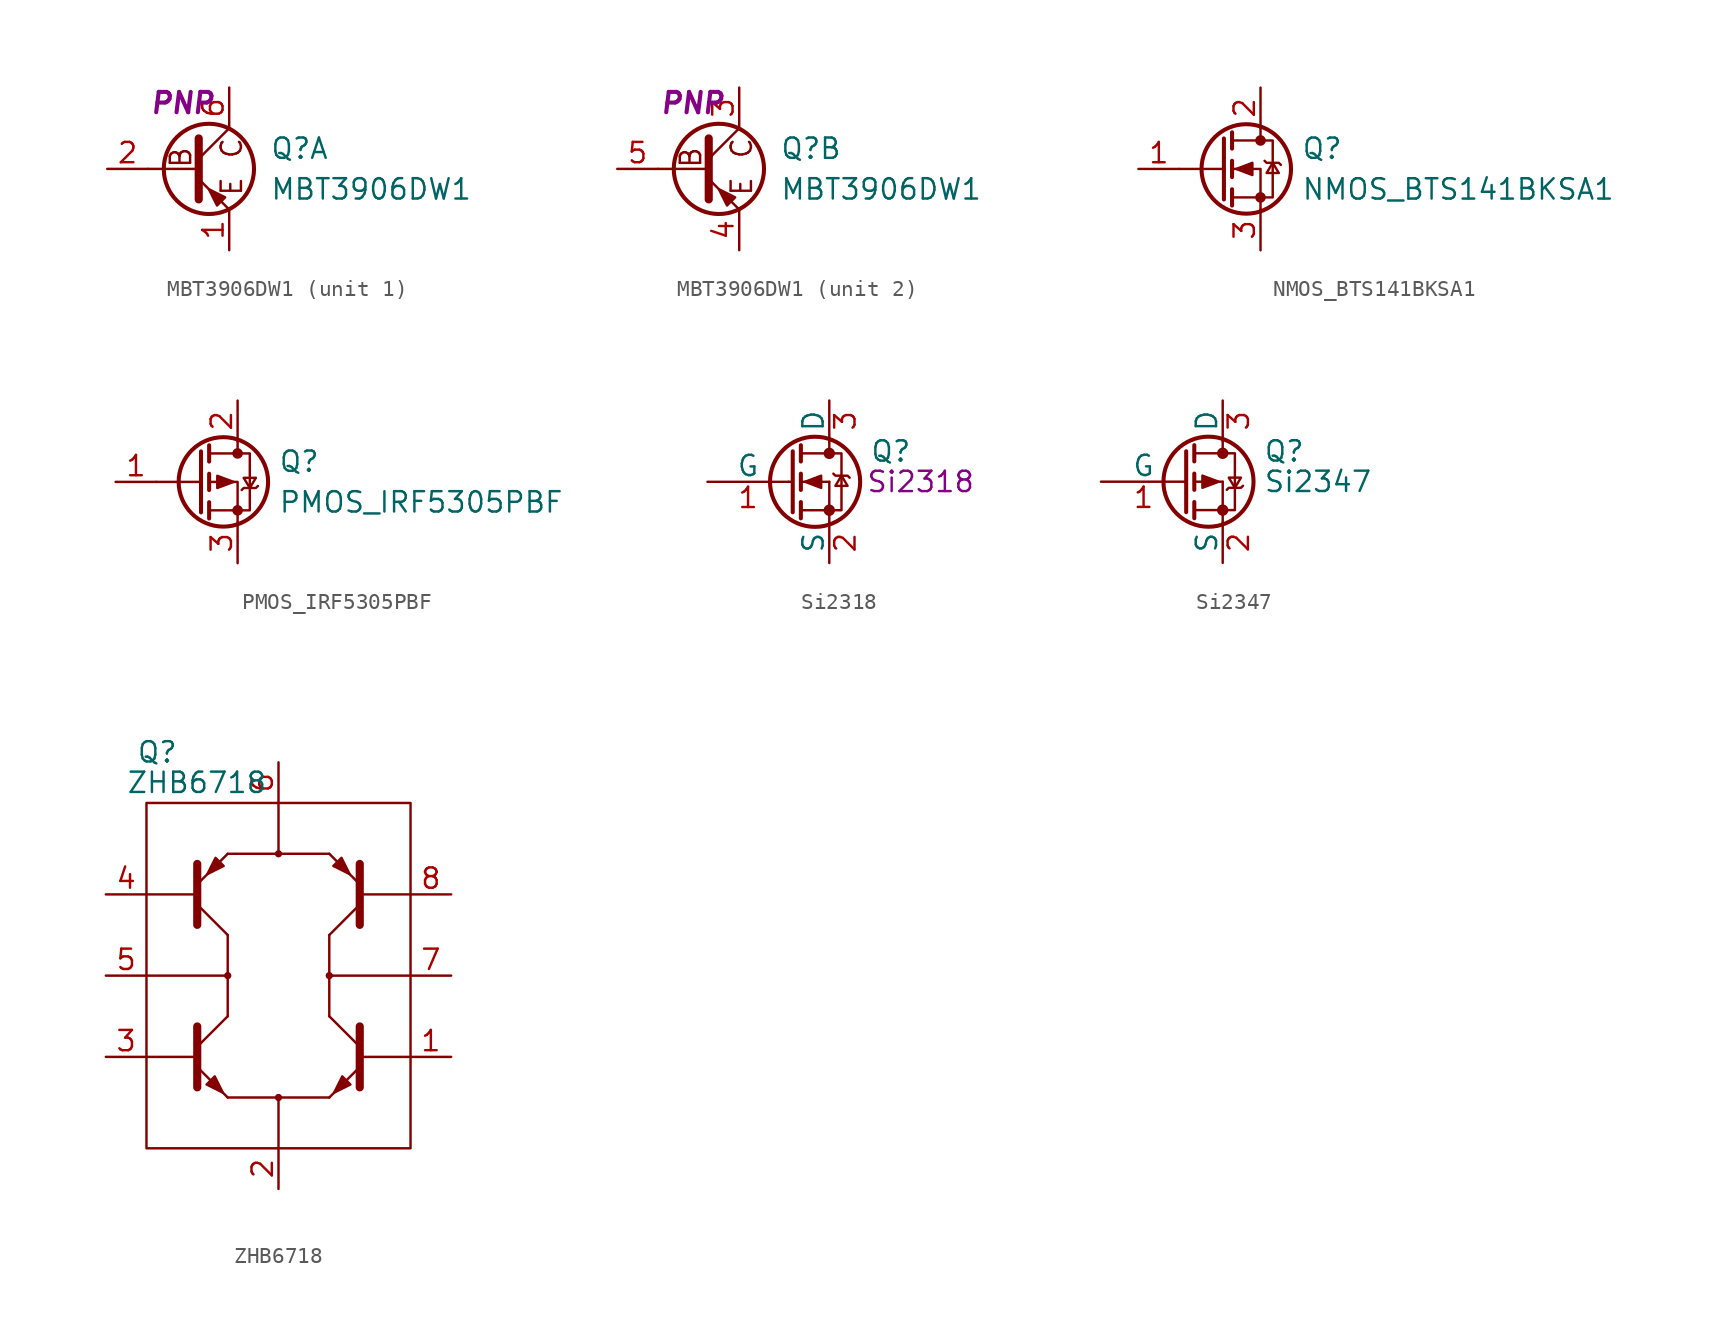
<source format=kicad_sym>
(kicad_symbol_lib
  (version 20211014)
  (generator kicad_symbol_editor)
  (symbol "MBT3906DW1"
    (pin_names
      (offset 0) hide)
    (property "Reference" "Q"
      (at 5.08 1.27 0)
      (effects (font (size 1.27 1.27)) (justify left)))
    (property "Value" "MBT3906DW1"
      (at 5.08 -1.27 0)
      (effects (font (size 1.27 1.27)) (justify left)))
    (property "Display" "PNP"
      (at -0.381 4.115 0)
      (effects (font (size 1.27 1.27) bold italic)))
    (property "ki_locked" ""
      (at 0 0 0)
      (effects (font (size 1.27 1.27))))
    (symbol "MBT3906DW1_0_0"
      (text "B" (at -0.483 0.711 900) (effects (font (size 1.27 1.27))))
      (text "C" (at 2.692 1.295 900) (effects (font (size 1.27 1.27))))
      (text "E" (at 2.692 -1.092 900) (effects (font (size 1.27 1.27)))))
    (symbol "MBT3906DW1_0_1"
      (polyline (pts (xy 0.635 0) (xy -2.54 0)) (stroke (width 0) (type default) (color 0 0 0 0)) (fill (type none)))
      (polyline (pts (xy 0.635 0.635) (xy 2.54 2.54)) (stroke (width 0) (type default) (color 0 0 0 0)) (fill (type none)))
      (polyline (pts (xy 0.635 -0.635) (xy 2.54 -2.54) (xy 2.54 -2.54)) (stroke (width 0) (type default) (color 0 0 0 0)) (fill (type none)))
      (polyline (pts (xy 0.635 1.905) (xy 0.635 -1.905) (xy 0.635 -1.905)) (stroke (width 0.508) (type default) (color 0 0 0 0)) (fill (type none)))
      (polyline (pts (xy 2.286 -1.778) (xy 1.778 -2.286) (xy 1.27 -1.27) (xy 2.286 -1.778) (xy 2.286 -1.778)) (stroke (width 0) (type default) (color 0 0 0 0)) (fill (type outline)))
      (circle (center 1.27 0) (radius 2.819) (stroke (width 0.254) (type default) (color 0 0 0 0)) (fill (type none))))
    (symbol "MBT3906DW1_1_1"
      (pin passive line (at 2.54 -5.08 90) (length 2.54) (name "E1" (effects (font (size 1.27 1.27)))) (number "1" (effects (font (size 1.27 1.27)))))
      (pin input line (at -5.08 0 0) (length 2.54) (name "B1" (effects (font (size 1.27 1.27)))) (number "2" (effects (font (size 1.27 1.27)))))
      (pin passive line (at 2.54 5.08 270) (length 2.54) (name "C1" (effects (font (size 1.27 1.27)))) (number "6" (effects (font (size 1.27 1.27))))))
    (symbol "MBT3906DW1_2_1"
      (pin passive line (at 2.54 5.08 270) (length 2.54) (name "C2" (effects (font (size 1.27 1.27)))) (number "3" (effects (font (size 1.27 1.27)))))
      (pin passive line (at 2.54 -5.08 90) (length 2.54) (name "E2" (effects (font (size 1.27 1.27)))) (number "4" (effects (font (size 1.27 1.27)))))
      (pin input line (at -5.08 0 0) (length 2.54) (name "B2" (effects (font (size 1.27 1.27)))) (number "5" (effects (font (size 1.27 1.27)))))))
  (symbol "NMOS_BTS141BKSA1"
    (pin_names
      (offset 0) hide)
    (property "Reference" "Q"
      (at 5.08 1.27 0)
      (effects (font (size 1.27 1.27)) (justify left)))
    (property "Value" "NMOS_BTS141BKSA1"
      (at 5.08 -1.27 0)
      (effects (font (size 1.27 1.27)) (justify left)))
    (symbol "NMOS_BTS141BKSA1_0_1"
      (polyline (pts (xy 0.254 0) (xy -2.54 0)) (stroke (width 0) (type default) (color 0 0 0 0)) (fill (type none)))
      (polyline (pts (xy 0.254 1.905) (xy 0.254 -1.905)) (stroke (width 0.254) (type default) (color 0 0 0 0)) (fill (type none)))
      (polyline (pts (xy 0.762 -1.27) (xy 0.762 -2.286)) (stroke (width 0.254) (type default) (color 0 0 0 0)) (fill (type none)))
      (polyline (pts (xy 0.762 0.508) (xy 0.762 -0.508)) (stroke (width 0.254) (type default) (color 0 0 0 0)) (fill (type none)))
      (polyline (pts (xy 0.762 2.286) (xy 0.762 1.27)) (stroke (width 0.254) (type default) (color 0 0 0 0)) (fill (type none)))
      (polyline (pts (xy 2.54 2.54) (xy 2.54 1.778)) (stroke (width 0) (type default) (color 0 0 0 0)) (fill (type none)))
      (polyline (pts (xy 2.54 -2.54) (xy 2.54 0) (xy 0.762 0)) (stroke (width 0) (type default) (color 0 0 0 0)) (fill (type none)))
      (polyline (pts (xy 0.762 -1.778) (xy 3.302 -1.778) (xy 3.302 1.778) (xy 0.762 1.778)) (stroke (width 0) (type default) (color 0 0 0 0)) (fill (type none)))
      (polyline (pts (xy 1.016 0) (xy 2.032 0.381) (xy 2.032 -0.381) (xy 1.016 0)) (stroke (width 0) (type default) (color 0 0 0 0)) (fill (type outline)))
      (polyline (pts (xy 2.794 0.508) (xy 2.921 0.381) (xy 3.683 0.381) (xy 3.81 0.254)) (stroke (width 0) (type default) (color 0 0 0 0)) (fill (type none)))
      (polyline (pts (xy 3.302 0.381) (xy 2.921 -0.254) (xy 3.683 -0.254) (xy 3.302 0.381)) (stroke (width 0) (type default) (color 0 0 0 0)) (fill (type none)))
      (circle (center 1.651 0) (radius 2.794) (stroke (width 0.254) (type default) (color 0 0 0 0)) (fill (type none)))
      (circle (center 2.54 -1.778) (radius 0.254) (stroke (width 0) (type default) (color 0 0 0 0)) (fill (type outline)))
      (circle (center 2.54 1.778) (radius 0.254) (stroke (width 0) (type default) (color 0 0 0 0)) (fill (type outline))))
    (symbol "NMOS_BTS141BKSA1_1_1"
      (pin input line (at -5.08 0 0) (length 2.54) (name "G" (effects (font (size 1.27 1.27)))) (number "1" (effects (font (size 1.27 1.27)))))
      (pin passive line (at 2.54 5.08 270) (length 2.54) (name "D" (effects (font (size 1.27 1.27)))) (number "2" (effects (font (size 1.27 1.27)))))
      (pin passive line (at 2.54 -5.08 90) (length 2.54) (name "S" (effects (font (size 1.27 1.27)))) (number "3" (effects (font (size 1.27 1.27)))))))
  (symbol "PMOS_IRF5305PBF"
    (pin_names
      (offset 0) hide)
    (property "Reference" "Q"
      (at 5.08 1.27 0)
      (effects (font (size 1.27 1.27)) (justify left)))
    (property "Value" "PMOS_IRF5305PBF"
      (at 5.08 -1.27 0)
      (effects (font (size 1.27 1.27)) (justify left)))
    (symbol "PMOS_IRF5305PBF_0_1"
      (polyline (pts (xy 0.254 0) (xy -2.54 0)) (stroke (width 0) (type default) (color 0 0 0 0)) (fill (type none)))
      (polyline (pts (xy 0.254 1.905) (xy 0.254 -1.905)) (stroke (width 0.254) (type default) (color 0 0 0 0)) (fill (type none)))
      (polyline (pts (xy 0.762 -1.27) (xy 0.762 -2.286)) (stroke (width 0.254) (type default) (color 0 0 0 0)) (fill (type none)))
      (polyline (pts (xy 0.762 0.508) (xy 0.762 -0.508)) (stroke (width 0.254) (type default) (color 0 0 0 0)) (fill (type none)))
      (polyline (pts (xy 0.762 2.286) (xy 0.762 1.27)) (stroke (width 0.254) (type default) (color 0 0 0 0)) (fill (type none)))
      (polyline (pts (xy 2.54 2.54) (xy 2.54 1.778)) (stroke (width 0) (type default) (color 0 0 0 0)) (fill (type none)))
      (polyline (pts (xy 2.54 -2.54) (xy 2.54 0) (xy 0.762 0)) (stroke (width 0) (type default) (color 0 0 0 0)) (fill (type none)))
      (polyline (pts (xy 0.762 1.778) (xy 3.302 1.778) (xy 3.302 -1.778) (xy 0.762 -1.778)) (stroke (width 0) (type default) (color 0 0 0 0)) (fill (type none)))
      (polyline (pts (xy 2.286 0) (xy 1.27 0.381) (xy 1.27 -0.381) (xy 2.286 0)) (stroke (width 0) (type default) (color 0 0 0 0)) (fill (type outline)))
      (polyline (pts (xy 2.794 -0.508) (xy 2.921 -0.381) (xy 3.683 -0.381) (xy 3.81 -0.254)) (stroke (width 0) (type default) (color 0 0 0 0)) (fill (type none)))
      (polyline (pts (xy 3.302 -0.381) (xy 2.921 0.254) (xy 3.683 0.254) (xy 3.302 -0.381)) (stroke (width 0) (type default) (color 0 0 0 0)) (fill (type none)))
      (circle (center 1.651 0) (radius 2.794) (stroke (width 0.254) (type default) (color 0 0 0 0)) (fill (type none)))
      (circle (center 2.54 -1.778) (radius 0.254) (stroke (width 0) (type default) (color 0 0 0 0)) (fill (type outline)))
      (circle (center 2.54 1.778) (radius 0.254) (stroke (width 0) (type default) (color 0 0 0 0)) (fill (type outline))))
    (symbol "PMOS_IRF5305PBF_1_1"
      (pin input line (at -5.08 0 0) (length 2.54) (name "G" (effects (font (size 1.27 1.27)))) (number "1" (effects (font (size 1.27 1.27)))))
      (pin passive line (at 2.54 5.08 270) (length 2.54) (name "D" (effects (font (size 1.27 1.27)))) (number "2" (effects (font (size 1.27 1.27)))))
      (pin passive line (at 2.54 -5.08 90) (length 2.54) (name "S" (effects (font (size 1.27 1.27)))) (number "3" (effects (font (size 1.27 1.27)))))))
  (symbol "Si2318"
    (pin_names
      (offset 0))
    (property "Reference" "Q"
      (at 5.08 1.905 0)
      (effects (font (size 1.27 1.27)) (justify left)))
    (property "Display" "Si2318"
      (at 8.255 0 0)
      (effects (font (size 1.27 1.27))))
    (symbol "Si2318_0_1"
      (polyline (pts (xy 0 0) (xy 0.254 0)) (stroke (width 0) (type default) (color 0 0 0 0)) (fill (type none)))
      (polyline (pts (xy 0.762 -1.778) (xy 2.54 -1.778)) (stroke (width 0) (type default) (color 0 0 0 0)) (fill (type none)))
      (polyline (pts (xy 0.762 -1.27) (xy 0.762 -2.286)) (stroke (width 0.254) (type default) (color 0 0 0 0)) (fill (type none)))
      (polyline (pts (xy 0.762 0) (xy 2.54 0)) (stroke (width 0) (type default) (color 0 0 0 0)) (fill (type none)))
      (polyline (pts (xy 0.762 0.508) (xy 0.762 -0.508)) (stroke (width 0.254) (type default) (color 0 0 0 0)) (fill (type none)))
      (polyline (pts (xy 0.762 1.778) (xy 2.54 1.778)) (stroke (width 0) (type default) (color 0 0 0 0)) (fill (type none)))
      (polyline (pts (xy 0.762 2.286) (xy 0.762 1.27)) (stroke (width 0.254) (type default) (color 0 0 0 0)) (fill (type none)))
      (polyline (pts (xy 2.54 -1.778) (xy 2.54 -2.54)) (stroke (width 0) (type default) (color 0 0 0 0)) (fill (type none)))
      (polyline (pts (xy 2.54 -1.778) (xy 2.54 0)) (stroke (width 0) (type default) (color 0 0 0 0)) (fill (type none)))
      (polyline (pts (xy 2.54 2.54) (xy 2.54 1.778)) (stroke (width 0) (type default) (color 0 0 0 0)) (fill (type none)))
      (polyline (pts (xy 0.254 1.905) (xy 0.254 -1.905) (xy 0.254 -1.905)) (stroke (width 0.254) (type default) (color 0 0 0 0)) (fill (type none)))
      (polyline (pts (xy 1.016 0) (xy 2.032 0.381) (xy 2.032 -0.381) (xy 1.016 0)) (stroke (width 0) (type default) (color 0 0 0 0)) (fill (type outline)))
      (polyline (pts (xy 2.54 -1.778) (xy 3.302 -1.778) (xy 3.302 1.778) (xy 2.54 1.778)) (stroke (width 0) (type default) (color 0 0 0 0)) (fill (type none)))
      (polyline (pts (xy 2.794 0.508) (xy 2.921 0.381) (xy 3.683 0.381) (xy 3.81 0.254)) (stroke (width 0) (type default) (color 0 0 0 0)) (fill (type none)))
      (polyline (pts (xy 3.302 0.381) (xy 2.921 -0.254) (xy 3.683 -0.254) (xy 3.302 0.381)) (stroke (width 0) (type default) (color 0 0 0 0)) (fill (type none)))
      (circle (center 1.651 0) (radius 2.819) (stroke (width 0.254) (type default) (color 0 0 0 0)) (fill (type none)))
      (circle (center 2.54 -1.778) (radius 0.279) (stroke (width 0) (type default) (color 0 0 0 0)) (fill (type outline)))
      (circle (center 2.54 1.778) (radius 0.279) (stroke (width 0) (type default) (color 0 0 0 0)) (fill (type outline))))
    (symbol "Si2318_1_1"
      (pin input line (at -5.08 0 0) (length 5.08) (name "G" (effects (font (size 1.27 1.27)))) (number "1" (effects (font (size 1.27 1.27)))))
      (pin passive line (at 2.54 -5.08 90) (length 2.54) (name "S" (effects (font (size 1.27 1.27)))) (number "2" (effects (font (size 1.27 1.27)))))
      (pin passive line (at 2.54 5.08 270) (length 2.54) (name "D" (effects (font (size 1.27 1.27)))) (number "3" (effects (font (size 1.27 1.27)))))))
  (symbol "Si2347"
    (pin_names
      (offset 0))
    (property "Reference" "Q"
      (at 5.08 1.905 0)
      (effects (font (size 1.27 1.27)) (justify left)))
    (property "Value" "Si2347"
      (at 5.08 0 0)
      (effects (font (size 1.27 1.27)) (justify left)))
    (symbol "Si2347_0_1"
      (polyline (pts (xy 0.762 -1.778) (xy 2.54 -1.778)) (stroke (width 0) (type default) (color 0 0 0 0)) (fill (type none)))
      (polyline (pts (xy 0.762 -1.27) (xy 0.762 -2.286)) (stroke (width 0.254) (type default) (color 0 0 0 0)) (fill (type none)))
      (polyline (pts (xy 0.762 0) (xy 2.54 0)) (stroke (width 0) (type default) (color 0 0 0 0)) (fill (type none)))
      (polyline (pts (xy 0.762 0.508) (xy 0.762 -0.508)) (stroke (width 0.254) (type default) (color 0 0 0 0)) (fill (type none)))
      (polyline (pts (xy 0.762 1.778) (xy 2.54 1.778)) (stroke (width 0) (type default) (color 0 0 0 0)) (fill (type none)))
      (polyline (pts (xy 0.762 2.286) (xy 0.762 1.27)) (stroke (width 0.254) (type default) (color 0 0 0 0)) (fill (type none)))
      (polyline (pts (xy 2.54 -1.778) (xy 2.54 -2.54)) (stroke (width 0) (type default) (color 0 0 0 0)) (fill (type none)))
      (polyline (pts (xy 2.54 -1.778) (xy 2.54 0)) (stroke (width 0) (type default) (color 0 0 0 0)) (fill (type none)))
      (polyline (pts (xy 2.54 2.54) (xy 2.54 1.778)) (stroke (width 0) (type default) (color 0 0 0 0)) (fill (type none)))
      (polyline (pts (xy 0.254 1.905) (xy 0.254 -1.905) (xy 0.254 -1.905)) (stroke (width 0.254) (type default) (color 0 0 0 0)) (fill (type none)))
      (polyline (pts (xy 2.286 0) (xy 1.27 -0.381) (xy 1.27 0.381) (xy 2.286 0)) (stroke (width 0) (type default) (color 0 0 0 0)) (fill (type outline)))
      (polyline (pts (xy 2.54 -1.778) (xy 3.302 -1.778) (xy 3.302 1.778) (xy 2.54 1.778)) (stroke (width 0) (type default) (color 0 0 0 0)) (fill (type none)))
      (polyline (pts (xy 2.794 -0.508) (xy 2.921 -0.381) (xy 3.683 -0.381) (xy 3.81 -0.254)) (stroke (width 0) (type default) (color 0 0 0 0)) (fill (type none)))
      (polyline (pts (xy 3.302 -0.381) (xy 2.921 0.254) (xy 3.683 0.254) (xy 3.302 -0.381)) (stroke (width 0) (type default) (color 0 0 0 0)) (fill (type none)))
      (circle (center 1.651 0) (radius 2.819) (stroke (width 0.254) (type default) (color 0 0 0 0)) (fill (type none)))
      (circle (center 2.54 -1.778) (radius 0.279) (stroke (width 0) (type default) (color 0 0 0 0)) (fill (type outline)))
      (circle (center 2.54 1.778) (radius 0.279) (stroke (width 0) (type default) (color 0 0 0 0)) (fill (type outline))))
    (symbol "Si2347_1_1"
      (pin input line (at -5.08 0 0) (length 5.334) (name "G" (effects (font (size 1.27 1.27)))) (number "1" (effects (font (size 1.27 1.27)))))
      (pin passive line (at 2.54 -5.08 90) (length 2.54) (name "S" (effects (font (size 1.27 1.27)))) (number "2" (effects (font (size 1.27 1.27)))))
      (pin passive line (at 2.54 5.08 270) (length 2.54) (name "D" (effects (font (size 1.27 1.27)))) (number "3" (effects (font (size 1.27 1.27)))))))
  (symbol "ZHB6718"
    (pin_names
      (offset 0) hide)
    (property "Reference" "Q"
      (at -8.89 13.97 0)
      (effects (font (size 1.27 1.27)) (justify left)))
    (property "Value" "ZHB6718"
      (at -9.525 12.065 0)
      (effects (font (size 1.27 1.27)) (justify left)))
    (symbol "ZHB6718_0_1"
      (rectangle (start -8.255 10.795) (end 8.255 -10.795) (stroke (width 0) (type default) (color 0 0 0 0)) (fill (type none)))
      (circle (center -3.175 0) (radius 0.152) (stroke (width 0) (type default) (color 0 0 0 0)) (fill (type none)))
      (circle (center 0 -7.62) (radius 0.152) (stroke (width 0) (type default) (color 0 0 0 0)) (fill (type none)))
      (polyline (pts (xy -8.255 0) (xy -3.175 0)) (stroke (width 0) (type default) (color 0 0 0 0)) (fill (type none)))
      (polyline (pts (xy -5.08 4.445) (xy -3.175 2.54)) (stroke (width 0) (type default) (color 0 0 0 0)) (fill (type none)))
      (polyline (pts (xy -5.08 5.08) (xy -8.255 5.08)) (stroke (width 0) (type default) (color 0 0 0 0)) (fill (type none)))
      (polyline (pts (xy -3.175 -7.62) (xy 0 -7.62)) (stroke (width 0) (type default) (color 0 0 0 0)) (fill (type none)))
      (polyline (pts (xy -3.175 7.62) (xy 0 7.62)) (stroke (width 0) (type default) (color 0 0 0 0)) (fill (type none)))
      (polyline (pts (xy 0 -7.62) (xy 0 -10.795)) (stroke (width 0) (type default) (color 0 0 0 0)) (fill (type none)))
      (polyline (pts (xy 0 7.62) (xy 3.175 7.62)) (stroke (width 0) (type default) (color 0 0 0 0)) (fill (type none)))
      (polyline (pts (xy 0 10.795) (xy 0 7.62)) (stroke (width 0) (type default) (color 0 0 0 0)) (fill (type none)))
      (polyline (pts (xy 3.175 -7.62) (xy 0 -7.62)) (stroke (width 0) (type default) (color 0 0 0 0)) (fill (type none)))
      (polyline (pts (xy 3.175 2.54) (xy 3.175 -2.54)) (stroke (width 0) (type default) (color 0 0 0 0)) (fill (type none)))
      (polyline (pts (xy -5.08 3.175) (xy -5.08 6.985) (xy -5.08 6.985)) (stroke (width 0.508) (type default) (color 0 0 0 0)) (fill (type none)))
      (polyline (pts (xy -5.08 5.715) (xy -3.175 7.62) (xy -3.175 7.62)) (stroke (width 0) (type default) (color 0 0 0 0)) (fill (type none)))
      (polyline (pts (xy -3.175 -2.54) (xy -3.175 2.54) (xy -3.175 2.515)) (stroke (width 0) (type default) (color 0 0 0 0)) (fill (type none)))
      (polyline (pts (xy -3.429 6.858) (xy -3.937 7.366) (xy -4.445 6.35) (xy -3.429 6.858) (xy -3.429 6.858)) (stroke (width 0) (type default) (color 0 0 0 0)) (fill (type outline)))
      (circle (center 0 7.62) (radius 0.152) (stroke (width 0) (type default) (color 0 0 0 0)) (fill (type none)))
      (circle (center 3.175 0) (radius 0.152) (stroke (width 0) (type default) (color 0 0 0 0)) (fill (type none))))
    (symbol "ZHB6718_1_1"
      (polyline (pts (xy -5.08 -5.08) (xy -8.255 -5.08)) (stroke (width 0) (type default) (color 0 0 0 0)) (fill (type none)))
      (polyline (pts (xy -5.08 -4.445) (xy -3.175 -2.54)) (stroke (width 0) (type default) (color 0 0 0 0)) (fill (type none)))
      (polyline (pts (xy 3.175 0) (xy 8.255 0)) (stroke (width 0) (type default) (color 0 0 0 0)) (fill (type none)))
      (polyline (pts (xy 5.08 -5.08) (xy 8.255 -5.08)) (stroke (width 0) (type default) (color 0 0 0 0)) (fill (type none)))
      (polyline (pts (xy 5.08 -4.445) (xy 3.175 -2.54)) (stroke (width 0) (type default) (color 0 0 0 0)) (fill (type none)))
      (polyline (pts (xy 5.08 4.445) (xy 3.175 2.54)) (stroke (width 0) (type default) (color 0 0 0 0)) (fill (type none)))
      (polyline (pts (xy 5.08 5.08) (xy 8.255 5.08)) (stroke (width 0) (type default) (color 0 0 0 0)) (fill (type none)))
      (polyline (pts (xy -5.08 -5.715) (xy -3.175 -7.62) (xy -3.175 -7.62)) (stroke (width 0) (type default) (color 0 0 0 0)) (fill (type none)))
      (polyline (pts (xy -5.08 -3.175) (xy -5.08 -6.985) (xy -5.08 -6.985)) (stroke (width 0.508) (type default) (color 0 0 0 0)) (fill (type none)))
      (polyline (pts (xy 5.08 -5.715) (xy 3.175 -7.62) (xy 3.175 -7.62)) (stroke (width 0) (type default) (color 0 0 0 0)) (fill (type none)))
      (polyline (pts (xy 5.08 -3.175) (xy 5.08 -6.985) (xy 5.08 -6.985)) (stroke (width 0.508) (type default) (color 0 0 0 0)) (fill (type none)))
      (polyline (pts (xy 5.08 3.175) (xy 5.08 6.985) (xy 5.08 6.985)) (stroke (width 0.508) (type default) (color 0 0 0 0)) (fill (type none)))
      (polyline (pts (xy 5.08 5.715) (xy 3.175 7.62) (xy 3.175 7.62)) (stroke (width 0) (type default) (color 0 0 0 0)) (fill (type none)))
      (polyline (pts (xy -4.496 -6.807) (xy -3.988 -6.299) (xy -3.48 -7.315) (xy -4.496 -6.807) (xy -4.496 -6.807)) (stroke (width 0) (type default) (color 0 0 0 0)) (fill (type outline)))
      (polyline (pts (xy 3.429 6.858) (xy 3.937 7.366) (xy 4.445 6.35) (xy 3.429 6.858) (xy 3.429 6.858)) (stroke (width 0) (type default) (color 0 0 0 0)) (fill (type outline)))
      (polyline (pts (xy 4.496 -6.807) (xy 3.988 -6.299) (xy 3.48 -7.315) (xy 4.496 -6.807) (xy 4.496 -6.807)) (stroke (width 0) (type default) (color 0 0 0 0)) (fill (type outline)))
      (pin bidirectional line (at 10.795 -5.08 180) (length 2.54) (name "B3" (effects (font (size 1.27 1.27)))) (number "1" (effects (font (size 1.27 1.27)))))
      (pin bidirectional line (at 0 -13.335 90) (length 2.54) (name "E2-E3" (effects (font (size 1.27 1.27)))) (number "2" (effects (font (size 1.27 1.27)))))
      (pin bidirectional line (at -10.795 -5.08 0) (length 2.54) (name "B2" (effects (font (size 1.27 1.27)))) (number "3" (effects (font (size 1.27 1.27)))))
      (pin bidirectional line (at -10.795 5.08 0) (length 2.54) (name "B1" (effects (font (size 1.27 1.27)))) (number "4" (effects (font (size 1.27 1.27)))))
      (pin bidirectional line (at -10.795 0 0) (length 2.54) (name "C1-C2" (effects (font (size 1.27 1.27)))) (number "5" (effects (font (size 1.27 1.27)))))
      (pin bidirectional line (at 0 13.335 270) (length 2.54) (name "E1-E4" (effects (font (size 1.27 1.27)))) (number "6" (effects (font (size 1.27 1.27)))))
      (pin bidirectional line (at 10.795 0 180) (length 2.54) (name "C3-C4" (effects (font (size 1.27 1.27)))) (number "7" (effects (font (size 1.27 1.27)))))
      (pin bidirectional line (at 10.795 5.08 180) (length 2.54) (name "B4" (effects (font (size 1.27 1.27)))) (number "8" (effects (font (size 1.27 1.27))))))))
</source>
